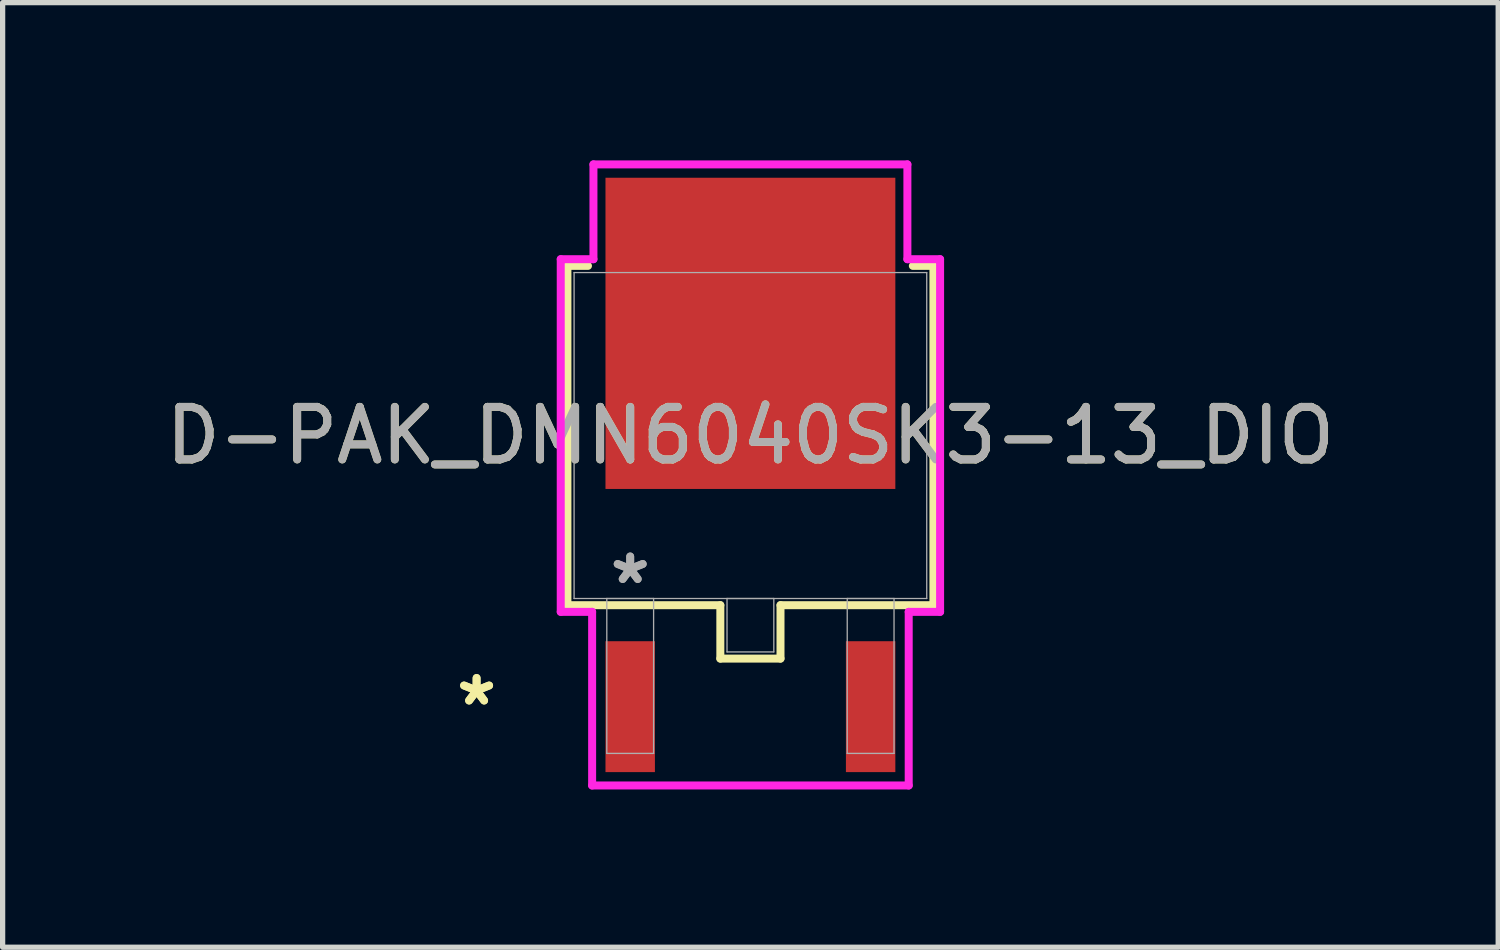
<source format=kicad_pcb>
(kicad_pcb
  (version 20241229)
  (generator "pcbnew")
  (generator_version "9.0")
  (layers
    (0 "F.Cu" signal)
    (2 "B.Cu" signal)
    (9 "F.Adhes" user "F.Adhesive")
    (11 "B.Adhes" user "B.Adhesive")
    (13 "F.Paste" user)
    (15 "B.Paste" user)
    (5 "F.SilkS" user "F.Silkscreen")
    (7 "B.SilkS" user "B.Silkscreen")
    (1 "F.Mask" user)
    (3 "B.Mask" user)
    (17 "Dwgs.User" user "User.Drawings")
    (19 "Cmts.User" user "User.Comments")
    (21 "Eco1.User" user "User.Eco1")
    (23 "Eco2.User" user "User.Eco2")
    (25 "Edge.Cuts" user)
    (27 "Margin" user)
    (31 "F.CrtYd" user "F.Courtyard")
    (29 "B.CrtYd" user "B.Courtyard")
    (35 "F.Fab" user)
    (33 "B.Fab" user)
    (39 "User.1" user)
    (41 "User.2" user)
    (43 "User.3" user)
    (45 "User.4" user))
  (footprint "D-PAK_DMN6040SK3-13_DIO"
    (layer "F.Cu")
    (at 11.22 5.232)
    (property "Reference" "D-PAK_DMN6040SK3-13_DIO" (at 0 0 0) (unlocked yes) (layer "F.SilkS") (effects (font (size 1 1) (thickness 0.15))))
    (attr smd)
    (fp_line (start -3.48 -3.226) (end -3.48 3.226) (stroke (width 0.152) (type solid)) (layer "F.SilkS"))
    (fp_line (start -3.48 3.226) (end -0.572 3.226) (stroke (width 0.152) (type solid)) (layer "F.SilkS"))
    (fp_line (start -3.089 -3.226) (end -3.48 -3.226) (stroke (width 0.152) (type solid)) (layer "F.SilkS"))
    (fp_line (start -0.572 3.226) (end -0.572 4.242) (stroke (width 0.152) (type solid)) (layer "F.SilkS"))
    (fp_line (start -0.572 4.242) (end 0.572 4.242) (stroke (width 0.152) (type solid)) (layer "F.SilkS"))
    (fp_line (start 0.572 3.226) (end 3.48 3.226) (stroke (width 0.152) (type solid)) (layer "F.SilkS"))
    (fp_line (start 0.572 4.242) (end 0.572 3.226) (stroke (width 0.152) (type solid)) (layer "F.SilkS"))
    (fp_line (start 3.48 -3.226) (end 3.089 -3.226) (stroke (width 0.152) (type solid)) (layer "F.SilkS"))
    (fp_line (start 3.48 3.226) (end 3.48 -3.226) (stroke (width 0.152) (type solid)) (layer "F.SilkS"))
    (fp_line (start -3.607 -3.353) (end -2.985 -3.353) (stroke (width 0.152) (type solid)) (layer "F.CrtYd"))
    (fp_line (start -3.607 3.353) (end -3.607 -3.353) (stroke (width 0.152) (type solid)) (layer "F.CrtYd"))
    (fp_line (start -3.01 3.353) (end -3.607 3.353) (stroke (width 0.152) (type solid)) (layer "F.CrtYd"))
    (fp_line (start -3.01 6.655) (end -3.01 3.353) (stroke (width 0.152) (type solid)) (layer "F.CrtYd"))
    (fp_line (start -2.985 -5.156) (end 2.985 -5.156) (stroke (width 0.152) (type solid)) (layer "F.CrtYd"))
    (fp_line (start -2.985 -3.353) (end -2.985 -5.156) (stroke (width 0.152) (type solid)) (layer "F.CrtYd"))
    (fp_line (start 2.985 -5.156) (end 2.985 -3.353) (stroke (width 0.152) (type solid)) (layer "F.CrtYd"))
    (fp_line (start 2.985 -3.353) (end 3.607 -3.353) (stroke (width 0.152) (type solid)) (layer "F.CrtYd"))
    (fp_line (start 3.01 3.353) (end 3.01 6.655) (stroke (width 0.152) (type solid)) (layer "F.CrtYd"))
    (fp_line (start 3.01 6.655) (end -3.01 6.655) (stroke (width 0.152) (type solid)) (layer "F.CrtYd"))
    (fp_line (start 3.607 -3.353) (end 3.607 3.353) (stroke (width 0.152) (type solid)) (layer "F.CrtYd"))
    (fp_line (start 3.607 3.353) (end 3.01 3.353) (stroke (width 0.152) (type solid)) (layer "F.CrtYd"))
    (fp_line (start -3.353 -3.099) (end -3.353 3.099) (stroke (width 0.025) (type solid)) (layer "F.Fab"))
    (fp_line (start -3.353 3.099) (end 3.353 3.099) (stroke (width 0.025) (type solid)) (layer "F.Fab"))
    (fp_line (start -2.731 3.099) (end -2.731 6.045) (stroke (width 0.025) (type solid)) (layer "F.Fab"))
    (fp_line (start -2.731 6.045) (end -1.841 6.045) (stroke (width 0.025) (type solid)) (layer "F.Fab"))
    (fp_line (start -1.841 3.099) (end -2.731 3.099) (stroke (width 0.025) (type solid)) (layer "F.Fab"))
    (fp_line (start -1.841 6.045) (end -1.841 3.099) (stroke (width 0.025) (type solid)) (layer "F.Fab"))
    (fp_line (start -0.445 3.099) (end -0.445 4.115) (stroke (width 0.025) (type solid)) (layer "F.Fab"))
    (fp_line (start -0.445 4.115) (end 0.445 4.115) (stroke (width 0.025) (type solid)) (layer "F.Fab"))
    (fp_line (start 0.445 3.099) (end -0.445 3.099) (stroke (width 0.025) (type solid)) (layer "F.Fab"))
    (fp_line (start 0.445 4.115) (end 0.445 3.099) (stroke (width 0.025) (type solid)) (layer "F.Fab"))
    (fp_line (start 1.841 3.099) (end 1.841 6.045) (stroke (width 0.025) (type solid)) (layer "F.Fab"))
    (fp_line (start 1.841 6.045) (end 2.731 6.045) (stroke (width 0.025) (type solid)) (layer "F.Fab"))
    (fp_line (start 2.731 3.099) (end 1.841 3.099) (stroke (width 0.025) (type solid)) (layer "F.Fab"))
    (fp_line (start 2.731 6.045) (end 2.731 3.099) (stroke (width 0.025) (type solid)) (layer "F.Fab"))
    (fp_line (start 3.353 -3.099) (end -3.353 -3.099) (stroke (width 0.025) (type solid)) (layer "F.Fab"))
    (fp_line (start 3.353 3.099) (end 3.353 -3.099) (stroke (width 0.025) (type solid)) (layer "F.Fab"))
    (fp_text user "*" (at -5.207 5.156 0) (layer "F.SilkS") (effects (font (size 1 1) (thickness 0.15))))
    (fp_text user "*" (at -5.207 5.156 0) (unlocked yes) (layer "F.SilkS") (effects (font (size 1 1) (thickness 0.15))))
    (fp_text user "*" (at -2.286 2.845 0) (unlocked yes) (layer "F.Fab") (effects (font (size 1 1) (thickness 0.15))))
    (fp_text user "${REFERENCE}" (at 0 0 0) (unlocked yes) (layer "F.Fab") (effects (font (size 1 1) (thickness 0.15))))
    (fp_text user "*" (at -2.286 2.845 0) (layer "F.Fab") (effects (font (size 1 1) (thickness 0.15))))
    (pad "1" smd rect (at -2.286 5.156) (size 0.94 2.489) (layers "F.Cu" "F.Mask" "F.Paste"))
    (pad "2" smd rect (at 2.286 5.156) (size 0.94 2.489) (layers "F.Cu" "F.Mask" "F.Paste"))
    (pad "3" smd rect (at 0 -1.943) (size 5.512 5.918) (layers "F.Cu" "F.Mask" "F.Paste")))
  (gr_rect
    (start -3 -3)
    (end 25.44 14.963)
    (stroke (width 0.1) (type default))
    (fill no)
    (layer "Edge.Cuts")))
</source>
